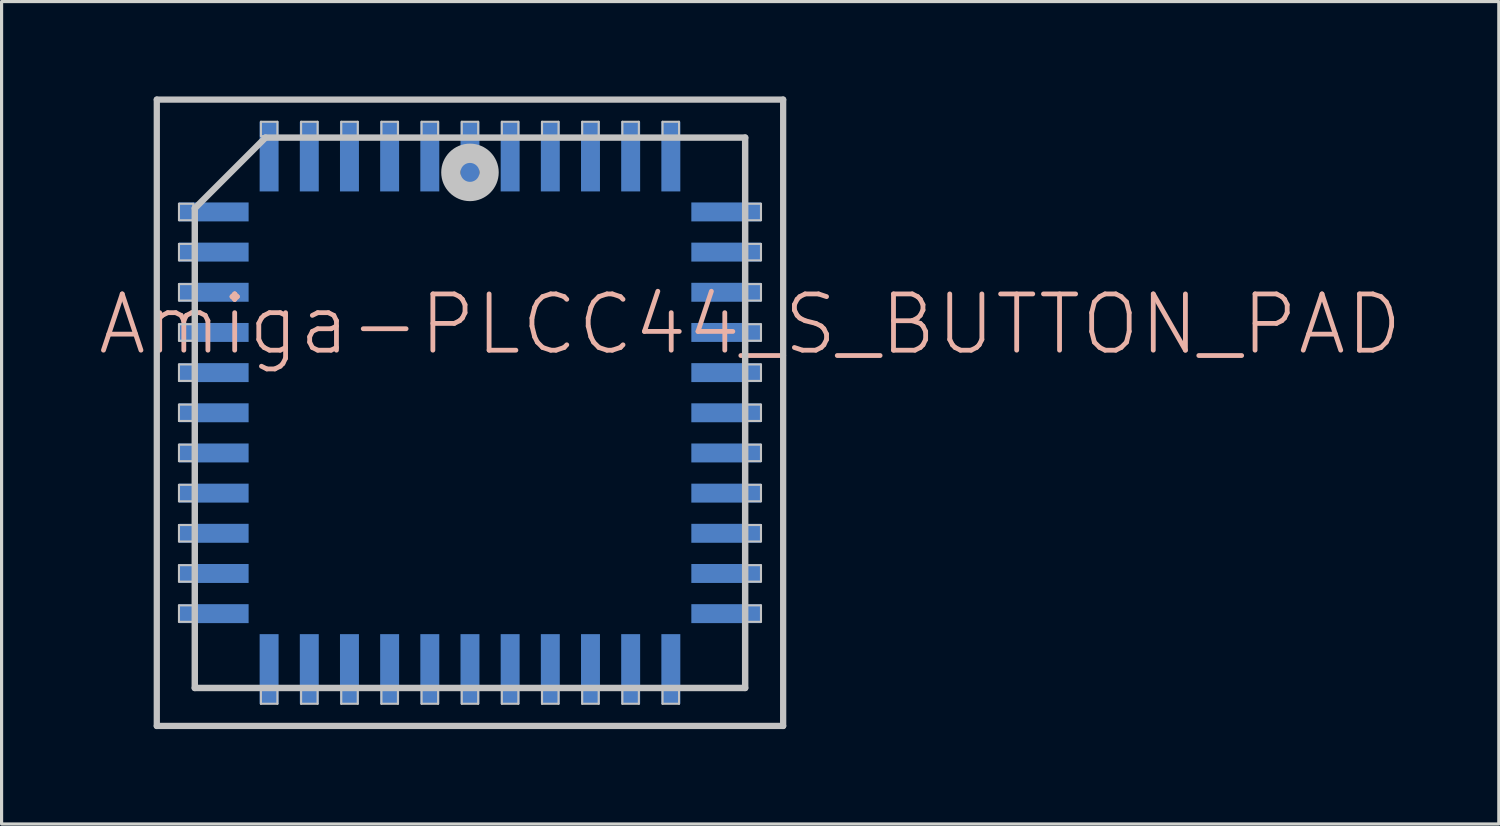
<source format=kicad_pcb>
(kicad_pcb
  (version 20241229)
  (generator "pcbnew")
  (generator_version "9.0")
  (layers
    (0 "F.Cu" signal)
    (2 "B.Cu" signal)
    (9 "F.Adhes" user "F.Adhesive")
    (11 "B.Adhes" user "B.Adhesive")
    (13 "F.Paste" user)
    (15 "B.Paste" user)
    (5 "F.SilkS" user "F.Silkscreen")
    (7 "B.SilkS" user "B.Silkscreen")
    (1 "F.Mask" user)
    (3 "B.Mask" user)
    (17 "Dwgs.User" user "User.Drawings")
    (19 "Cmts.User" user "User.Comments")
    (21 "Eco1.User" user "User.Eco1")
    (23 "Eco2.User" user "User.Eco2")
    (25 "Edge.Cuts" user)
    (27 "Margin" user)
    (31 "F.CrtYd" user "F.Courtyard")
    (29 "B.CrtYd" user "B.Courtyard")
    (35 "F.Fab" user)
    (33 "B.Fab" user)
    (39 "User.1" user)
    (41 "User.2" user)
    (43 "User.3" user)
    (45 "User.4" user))
  (footprint "Amiga-PLCC44_S_BUTTON_PAD"
    (layer "F.Cu")
    (at 11.808 10)
    (property "Reference" "Amiga-PLCC44_S_BUTTON_PAD" (at 8.86 -2.794 0) (layer "B.SilkS") (effects (font (size 1.778 1.778) (thickness 0.152))))
    (attr smd)
    (fp_line (start -9.901 -9.901) (end 9.901 -9.901) (stroke (width 0.198) (type solid)) (layer "Dwgs.User"))
    (fp_line (start -9.901 9.901) (end -9.901 -9.901) (stroke (width 0.198) (type solid)) (layer "Dwgs.User"))
    (fp_line (start -9.2 -6.609) (end -8.748 -6.609) (stroke (width 0.066) (type solid)) (layer "Dwgs.User"))
    (fp_line (start -9.2 -6.088) (end -9.2 -6.609) (stroke (width 0.066) (type solid)) (layer "Dwgs.User"))
    (fp_line (start -9.2 -6.088) (end -8.748 -6.088) (stroke (width 0.066) (type solid)) (layer "Dwgs.User"))
    (fp_line (start -9.2 -5.339) (end -8.748 -5.339) (stroke (width 0.066) (type solid)) (layer "Dwgs.User"))
    (fp_line (start -9.2 -4.818) (end -9.2 -5.339) (stroke (width 0.066) (type solid)) (layer "Dwgs.User"))
    (fp_line (start -9.2 -4.818) (end -8.748 -4.818) (stroke (width 0.066) (type solid)) (layer "Dwgs.User"))
    (fp_line (start -9.2 -4.069) (end -8.748 -4.069) (stroke (width 0.066) (type solid)) (layer "Dwgs.User"))
    (fp_line (start -9.2 -3.548) (end -9.2 -4.069) (stroke (width 0.066) (type solid)) (layer "Dwgs.User"))
    (fp_line (start -9.2 -3.548) (end -8.748 -3.548) (stroke (width 0.066) (type solid)) (layer "Dwgs.User"))
    (fp_line (start -9.2 -2.799) (end -8.748 -2.799) (stroke (width 0.066) (type solid)) (layer "Dwgs.User"))
    (fp_line (start -9.2 -2.278) (end -9.2 -2.799) (stroke (width 0.066) (type solid)) (layer "Dwgs.User"))
    (fp_line (start -9.2 -2.278) (end -8.748 -2.278) (stroke (width 0.066) (type solid)) (layer "Dwgs.User"))
    (fp_line (start -9.2 -1.529) (end -8.748 -1.529) (stroke (width 0.066) (type solid)) (layer "Dwgs.User"))
    (fp_line (start -9.2 -1.008) (end -9.2 -1.529) (stroke (width 0.066) (type solid)) (layer "Dwgs.User"))
    (fp_line (start -9.2 -1.008) (end -8.748 -1.008) (stroke (width 0.066) (type solid)) (layer "Dwgs.User"))
    (fp_line (start -9.2 -0.259) (end -8.748 -0.259) (stroke (width 0.066) (type solid)) (layer "Dwgs.User"))
    (fp_line (start -9.2 0.259) (end -9.2 -0.259) (stroke (width 0.066) (type solid)) (layer "Dwgs.User"))
    (fp_line (start -9.2 0.259) (end -8.748 0.259) (stroke (width 0.066) (type solid)) (layer "Dwgs.User"))
    (fp_line (start -9.2 1.008) (end -8.748 1.008) (stroke (width 0.066) (type solid)) (layer "Dwgs.User"))
    (fp_line (start -9.2 1.529) (end -9.2 1.008) (stroke (width 0.066) (type solid)) (layer "Dwgs.User"))
    (fp_line (start -9.2 1.529) (end -8.748 1.529) (stroke (width 0.066) (type solid)) (layer "Dwgs.User"))
    (fp_line (start -9.2 2.278) (end -8.748 2.278) (stroke (width 0.066) (type solid)) (layer "Dwgs.User"))
    (fp_line (start -9.2 2.799) (end -9.2 2.278) (stroke (width 0.066) (type solid)) (layer "Dwgs.User"))
    (fp_line (start -9.2 2.799) (end -8.748 2.799) (stroke (width 0.066) (type solid)) (layer "Dwgs.User"))
    (fp_line (start -9.2 3.548) (end -8.748 3.548) (stroke (width 0.066) (type solid)) (layer "Dwgs.User"))
    (fp_line (start -9.2 4.069) (end -9.2 3.548) (stroke (width 0.066) (type solid)) (layer "Dwgs.User"))
    (fp_line (start -9.2 4.069) (end -8.748 4.069) (stroke (width 0.066) (type solid)) (layer "Dwgs.User"))
    (fp_line (start -9.2 4.818) (end -8.748 4.818) (stroke (width 0.066) (type solid)) (layer "Dwgs.User"))
    (fp_line (start -9.2 5.339) (end -9.2 4.818) (stroke (width 0.066) (type solid)) (layer "Dwgs.User"))
    (fp_line (start -9.2 5.339) (end -8.748 5.339) (stroke (width 0.066) (type solid)) (layer "Dwgs.User"))
    (fp_line (start -9.2 6.088) (end -8.748 6.088) (stroke (width 0.066) (type solid)) (layer "Dwgs.User"))
    (fp_line (start -9.2 6.609) (end -9.2 6.088) (stroke (width 0.066) (type solid)) (layer "Dwgs.User"))
    (fp_line (start -9.2 6.609) (end -8.748 6.609) (stroke (width 0.066) (type solid)) (layer "Dwgs.User"))
    (fp_line (start -8.748 -6.088) (end -8.748 -6.609) (stroke (width 0.066) (type solid)) (layer "Dwgs.User"))
    (fp_line (start -8.748 -4.818) (end -8.748 -5.339) (stroke (width 0.066) (type solid)) (layer "Dwgs.User"))
    (fp_line (start -8.748 -3.548) (end -8.748 -4.069) (stroke (width 0.066) (type solid)) (layer "Dwgs.User"))
    (fp_line (start -8.748 -2.278) (end -8.748 -2.799) (stroke (width 0.066) (type solid)) (layer "Dwgs.User"))
    (fp_line (start -8.748 -1.008) (end -8.748 -1.529) (stroke (width 0.066) (type solid)) (layer "Dwgs.User"))
    (fp_line (start -8.748 0.259) (end -8.748 -0.259) (stroke (width 0.066) (type solid)) (layer "Dwgs.User"))
    (fp_line (start -8.748 1.529) (end -8.748 1.008) (stroke (width 0.066) (type solid)) (layer "Dwgs.User"))
    (fp_line (start -8.748 2.799) (end -8.748 2.278) (stroke (width 0.066) (type solid)) (layer "Dwgs.User"))
    (fp_line (start -8.748 4.069) (end -8.748 3.548) (stroke (width 0.066) (type solid)) (layer "Dwgs.User"))
    (fp_line (start -8.748 5.339) (end -8.748 4.818) (stroke (width 0.066) (type solid)) (layer "Dwgs.User"))
    (fp_line (start -8.748 6.609) (end -8.748 6.088) (stroke (width 0.066) (type solid)) (layer "Dwgs.User"))
    (fp_line (start -8.7 -6.464) (end -8.7 8.7) (stroke (width 0.203) (type solid)) (layer "Dwgs.User"))
    (fp_line (start -8.7 8.7) (end 8.7 8.7) (stroke (width 0.203) (type solid)) (layer "Dwgs.User"))
    (fp_line (start -6.609 -9.2) (end -6.088 -9.2) (stroke (width 0.066) (type solid)) (layer "Dwgs.User"))
    (fp_line (start -6.609 -8.748) (end -6.609 -9.2) (stroke (width 0.066) (type solid)) (layer "Dwgs.User"))
    (fp_line (start -6.609 -8.748) (end -6.088 -8.748) (stroke (width 0.066) (type solid)) (layer "Dwgs.User"))
    (fp_line (start -6.609 8.748) (end -6.088 8.748) (stroke (width 0.066) (type solid)) (layer "Dwgs.User"))
    (fp_line (start -6.609 9.2) (end -6.609 8.748) (stroke (width 0.066) (type solid)) (layer "Dwgs.User"))
    (fp_line (start -6.609 9.2) (end -6.088 9.2) (stroke (width 0.066) (type solid)) (layer "Dwgs.User"))
    (fp_line (start -6.464 -8.7) (end -8.7 -6.464) (stroke (width 0.203) (type solid)) (layer "Dwgs.User"))
    (fp_line (start -6.088 -8.748) (end -6.088 -9.2) (stroke (width 0.066) (type solid)) (layer "Dwgs.User"))
    (fp_line (start -6.088 9.2) (end -6.088 8.748) (stroke (width 0.066) (type solid)) (layer "Dwgs.User"))
    (fp_line (start -5.339 -9.2) (end -4.818 -9.2) (stroke (width 0.066) (type solid)) (layer "Dwgs.User"))
    (fp_line (start -5.339 -8.748) (end -5.339 -9.2) (stroke (width 0.066) (type solid)) (layer "Dwgs.User"))
    (fp_line (start -5.339 -8.748) (end -4.818 -8.748) (stroke (width 0.066) (type solid)) (layer "Dwgs.User"))
    (fp_line (start -5.339 8.748) (end -4.818 8.748) (stroke (width 0.066) (type solid)) (layer "Dwgs.User"))
    (fp_line (start -5.339 9.2) (end -5.339 8.748) (stroke (width 0.066) (type solid)) (layer "Dwgs.User"))
    (fp_line (start -5.339 9.2) (end -4.818 9.2) (stroke (width 0.066) (type solid)) (layer "Dwgs.User"))
    (fp_line (start -4.818 -8.748) (end -4.818 -9.2) (stroke (width 0.066) (type solid)) (layer "Dwgs.User"))
    (fp_line (start -4.818 9.2) (end -4.818 8.748) (stroke (width 0.066) (type solid)) (layer "Dwgs.User"))
    (fp_line (start -4.069 -9.2) (end -3.548 -9.2) (stroke (width 0.066) (type solid)) (layer "Dwgs.User"))
    (fp_line (start -4.069 -8.748) (end -4.069 -9.2) (stroke (width 0.066) (type solid)) (layer "Dwgs.User"))
    (fp_line (start -4.069 -8.748) (end -3.548 -8.748) (stroke (width 0.066) (type solid)) (layer "Dwgs.User"))
    (fp_line (start -4.069 8.748) (end -3.548 8.748) (stroke (width 0.066) (type solid)) (layer "Dwgs.User"))
    (fp_line (start -4.069 9.2) (end -4.069 8.748) (stroke (width 0.066) (type solid)) (layer "Dwgs.User"))
    (fp_line (start -4.069 9.2) (end -3.548 9.2) (stroke (width 0.066) (type solid)) (layer "Dwgs.User"))
    (fp_line (start -3.548 -8.748) (end -3.548 -9.2) (stroke (width 0.066) (type solid)) (layer "Dwgs.User"))
    (fp_line (start -3.548 9.2) (end -3.548 8.748) (stroke (width 0.066) (type solid)) (layer "Dwgs.User"))
    (fp_line (start -2.799 -9.2) (end -2.278 -9.2) (stroke (width 0.066) (type solid)) (layer "Dwgs.User"))
    (fp_line (start -2.799 -8.748) (end -2.799 -9.2) (stroke (width 0.066) (type solid)) (layer "Dwgs.User"))
    (fp_line (start -2.799 -8.748) (end -2.278 -8.748) (stroke (width 0.066) (type solid)) (layer "Dwgs.User"))
    (fp_line (start -2.799 8.748) (end -2.278 8.748) (stroke (width 0.066) (type solid)) (layer "Dwgs.User"))
    (fp_line (start -2.799 9.2) (end -2.799 8.748) (stroke (width 0.066) (type solid)) (layer "Dwgs.User"))
    (fp_line (start -2.799 9.2) (end -2.278 9.2) (stroke (width 0.066) (type solid)) (layer "Dwgs.User"))
    (fp_line (start -2.278 -8.748) (end -2.278 -9.2) (stroke (width 0.066) (type solid)) (layer "Dwgs.User"))
    (fp_line (start -2.278 9.2) (end -2.278 8.748) (stroke (width 0.066) (type solid)) (layer "Dwgs.User"))
    (fp_line (start -1.529 -9.2) (end -1.008 -9.2) (stroke (width 0.066) (type solid)) (layer "Dwgs.User"))
    (fp_line (start -1.529 -8.748) (end -1.529 -9.2) (stroke (width 0.066) (type solid)) (layer "Dwgs.User"))
    (fp_line (start -1.529 -8.748) (end -1.008 -8.748) (stroke (width 0.066) (type solid)) (layer "Dwgs.User"))
    (fp_line (start -1.529 8.748) (end -1.008 8.748) (stroke (width 0.066) (type solid)) (layer "Dwgs.User"))
    (fp_line (start -1.529 9.2) (end -1.529 8.748) (stroke (width 0.066) (type solid)) (layer "Dwgs.User"))
    (fp_line (start -1.529 9.2) (end -1.008 9.2) (stroke (width 0.066) (type solid)) (layer "Dwgs.User"))
    (fp_line (start -1.008 -8.748) (end -1.008 -9.2) (stroke (width 0.066) (type solid)) (layer "Dwgs.User"))
    (fp_line (start -1.008 9.2) (end -1.008 8.748) (stroke (width 0.066) (type solid)) (layer "Dwgs.User"))
    (fp_line (start -0.259 -9.2) (end 0.259 -9.2) (stroke (width 0.066) (type solid)) (layer "Dwgs.User"))
    (fp_line (start -0.259 -8.748) (end -0.259 -9.2) (stroke (width 0.066) (type solid)) (layer "Dwgs.User"))
    (fp_line (start -0.259 -8.748) (end 0.259 -8.748) (stroke (width 0.066) (type solid)) (layer "Dwgs.User"))
    (fp_line (start -0.259 8.748) (end 0.259 8.748) (stroke (width 0.066) (type solid)) (layer "Dwgs.User"))
    (fp_line (start -0.259 9.2) (end -0.259 8.748) (stroke (width 0.066) (type solid)) (layer "Dwgs.User"))
    (fp_line (start -0.259 9.2) (end 0.259 9.2) (stroke (width 0.066) (type solid)) (layer "Dwgs.User"))
    (fp_line (start 0.259 -8.748) (end 0.259 -9.2) (stroke (width 0.066) (type solid)) (layer "Dwgs.User"))
    (fp_line (start 0.259 9.2) (end 0.259 8.748) (stroke (width 0.066) (type solid)) (layer "Dwgs.User"))
    (fp_line (start 1.008 -9.2) (end 1.529 -9.2) (stroke (width 0.066) (type solid)) (layer "Dwgs.User"))
    (fp_line (start 1.008 -8.748) (end 1.008 -9.2) (stroke (width 0.066) (type solid)) (layer "Dwgs.User"))
    (fp_line (start 1.008 -8.748) (end 1.529 -8.748) (stroke (width 0.066) (type solid)) (layer "Dwgs.User"))
    (fp_line (start 1.008 8.748) (end 1.529 8.748) (stroke (width 0.066) (type solid)) (layer "Dwgs.User"))
    (fp_line (start 1.008 9.2) (end 1.008 8.748) (stroke (width 0.066) (type solid)) (layer "Dwgs.User"))
    (fp_line (start 1.008 9.2) (end 1.529 9.2) (stroke (width 0.066) (type solid)) (layer "Dwgs.User"))
    (fp_line (start 1.529 -8.748) (end 1.529 -9.2) (stroke (width 0.066) (type solid)) (layer "Dwgs.User"))
    (fp_line (start 1.529 9.2) (end 1.529 8.748) (stroke (width 0.066) (type solid)) (layer "Dwgs.User"))
    (fp_line (start 2.278 -9.2) (end 2.799 -9.2) (stroke (width 0.066) (type solid)) (layer "Dwgs.User"))
    (fp_line (start 2.278 -8.748) (end 2.278 -9.2) (stroke (width 0.066) (type solid)) (layer "Dwgs.User"))
    (fp_line (start 2.278 -8.748) (end 2.799 -8.748) (stroke (width 0.066) (type solid)) (layer "Dwgs.User"))
    (fp_line (start 2.278 8.748) (end 2.799 8.748) (stroke (width 0.066) (type solid)) (layer "Dwgs.User"))
    (fp_line (start 2.278 9.2) (end 2.278 8.748) (stroke (width 0.066) (type solid)) (layer "Dwgs.User"))
    (fp_line (start 2.278 9.2) (end 2.799 9.2) (stroke (width 0.066) (type solid)) (layer "Dwgs.User"))
    (fp_line (start 2.799 -8.748) (end 2.799 -9.2) (stroke (width 0.066) (type solid)) (layer "Dwgs.User"))
    (fp_line (start 2.799 9.2) (end 2.799 8.748) (stroke (width 0.066) (type solid)) (layer "Dwgs.User"))
    (fp_line (start 3.548 -9.2) (end 4.069 -9.2) (stroke (width 0.066) (type solid)) (layer "Dwgs.User"))
    (fp_line (start 3.548 -8.748) (end 3.548 -9.2) (stroke (width 0.066) (type solid)) (layer "Dwgs.User"))
    (fp_line (start 3.548 -8.748) (end 4.069 -8.748) (stroke (width 0.066) (type solid)) (layer "Dwgs.User"))
    (fp_line (start 3.548 8.748) (end 4.069 8.748) (stroke (width 0.066) (type solid)) (layer "Dwgs.User"))
    (fp_line (start 3.548 9.2) (end 3.548 8.748) (stroke (width 0.066) (type solid)) (layer "Dwgs.User"))
    (fp_line (start 3.548 9.2) (end 4.069 9.2) (stroke (width 0.066) (type solid)) (layer "Dwgs.User"))
    (fp_line (start 4.069 -8.748) (end 4.069 -9.2) (stroke (width 0.066) (type solid)) (layer "Dwgs.User"))
    (fp_line (start 4.069 9.2) (end 4.069 8.748) (stroke (width 0.066) (type solid)) (layer "Dwgs.User"))
    (fp_line (start 4.818 -9.2) (end 5.339 -9.2) (stroke (width 0.066) (type solid)) (layer "Dwgs.User"))
    (fp_line (start 4.818 -8.748) (end 4.818 -9.2) (stroke (width 0.066) (type solid)) (layer "Dwgs.User"))
    (fp_line (start 4.818 -8.748) (end 5.339 -8.748) (stroke (width 0.066) (type solid)) (layer "Dwgs.User"))
    (fp_line (start 4.818 8.748) (end 5.339 8.748) (stroke (width 0.066) (type solid)) (layer "Dwgs.User"))
    (fp_line (start 4.818 9.2) (end 4.818 8.748) (stroke (width 0.066) (type solid)) (layer "Dwgs.User"))
    (fp_line (start 4.818 9.2) (end 5.339 9.2) (stroke (width 0.066) (type solid)) (layer "Dwgs.User"))
    (fp_line (start 5.339 -8.748) (end 5.339 -9.2) (stroke (width 0.066) (type solid)) (layer "Dwgs.User"))
    (fp_line (start 5.339 9.2) (end 5.339 8.748) (stroke (width 0.066) (type solid)) (layer "Dwgs.User"))
    (fp_line (start 6.088 -9.2) (end 6.609 -9.2) (stroke (width 0.066) (type solid)) (layer "Dwgs.User"))
    (fp_line (start 6.088 -8.748) (end 6.088 -9.2) (stroke (width 0.066) (type solid)) (layer "Dwgs.User"))
    (fp_line (start 6.088 -8.748) (end 6.609 -8.748) (stroke (width 0.066) (type solid)) (layer "Dwgs.User"))
    (fp_line (start 6.088 8.748) (end 6.609 8.748) (stroke (width 0.066) (type solid)) (layer "Dwgs.User"))
    (fp_line (start 6.088 9.2) (end 6.088 8.748) (stroke (width 0.066) (type solid)) (layer "Dwgs.User"))
    (fp_line (start 6.088 9.2) (end 6.609 9.2) (stroke (width 0.066) (type solid)) (layer "Dwgs.User"))
    (fp_line (start 6.609 -8.748) (end 6.609 -9.2) (stroke (width 0.066) (type solid)) (layer "Dwgs.User"))
    (fp_line (start 6.609 9.2) (end 6.609 8.748) (stroke (width 0.066) (type solid)) (layer "Dwgs.User"))
    (fp_line (start 8.7 -8.7) (end -6.464 -8.7) (stroke (width 0.203) (type solid)) (layer "Dwgs.User"))
    (fp_line (start 8.7 8.7) (end 8.7 -8.7) (stroke (width 0.203) (type solid)) (layer "Dwgs.User"))
    (fp_line (start 8.748 -6.609) (end 9.2 -6.609) (stroke (width 0.066) (type solid)) (layer "Dwgs.User"))
    (fp_line (start 8.748 -6.088) (end 8.748 -6.609) (stroke (width 0.066) (type solid)) (layer "Dwgs.User"))
    (fp_line (start 8.748 -6.088) (end 9.2 -6.088) (stroke (width 0.066) (type solid)) (layer "Dwgs.User"))
    (fp_line (start 8.748 -5.339) (end 9.2 -5.339) (stroke (width 0.066) (type solid)) (layer "Dwgs.User"))
    (fp_line (start 8.748 -4.818) (end 8.748 -5.339) (stroke (width 0.066) (type solid)) (layer "Dwgs.User"))
    (fp_line (start 8.748 -4.818) (end 9.2 -4.818) (stroke (width 0.066) (type solid)) (layer "Dwgs.User"))
    (fp_line (start 8.748 -4.069) (end 9.2 -4.069) (stroke (width 0.066) (type solid)) (layer "Dwgs.User"))
    (fp_line (start 8.748 -3.548) (end 8.748 -4.069) (stroke (width 0.066) (type solid)) (layer "Dwgs.User"))
    (fp_line (start 8.748 -3.548) (end 9.2 -3.548) (stroke (width 0.066) (type solid)) (layer "Dwgs.User"))
    (fp_line (start 8.748 -2.799) (end 9.2 -2.799) (stroke (width 0.066) (type solid)) (layer "Dwgs.User"))
    (fp_line (start 8.748 -2.278) (end 8.748 -2.799) (stroke (width 0.066) (type solid)) (layer "Dwgs.User"))
    (fp_line (start 8.748 -2.278) (end 9.2 -2.278) (stroke (width 0.066) (type solid)) (layer "Dwgs.User"))
    (fp_line (start 8.748 -1.529) (end 9.2 -1.529) (stroke (width 0.066) (type solid)) (layer "Dwgs.User"))
    (fp_line (start 8.748 -1.008) (end 8.748 -1.529) (stroke (width 0.066) (type solid)) (layer "Dwgs.User"))
    (fp_line (start 8.748 -1.008) (end 9.2 -1.008) (stroke (width 0.066) (type solid)) (layer "Dwgs.User"))
    (fp_line (start 8.748 -0.259) (end 9.2 -0.259) (stroke (width 0.066) (type solid)) (layer "Dwgs.User"))
    (fp_line (start 8.748 0.259) (end 8.748 -0.259) (stroke (width 0.066) (type solid)) (layer "Dwgs.User"))
    (fp_line (start 8.748 0.259) (end 9.2 0.259) (stroke (width 0.066) (type solid)) (layer "Dwgs.User"))
    (fp_line (start 8.748 1.008) (end 9.2 1.008) (stroke (width 0.066) (type solid)) (layer "Dwgs.User"))
    (fp_line (start 8.748 1.529) (end 8.748 1.008) (stroke (width 0.066) (type solid)) (layer "Dwgs.User"))
    (fp_line (start 8.748 1.529) (end 9.2 1.529) (stroke (width 0.066) (type solid)) (layer "Dwgs.User"))
    (fp_line (start 8.748 2.278) (end 9.2 2.278) (stroke (width 0.066) (type solid)) (layer "Dwgs.User"))
    (fp_line (start 8.748 2.799) (end 8.748 2.278) (stroke (width 0.066) (type solid)) (layer "Dwgs.User"))
    (fp_line (start 8.748 2.799) (end 9.2 2.799) (stroke (width 0.066) (type solid)) (layer "Dwgs.User"))
    (fp_line (start 8.748 3.548) (end 9.2 3.548) (stroke (width 0.066) (type solid)) (layer "Dwgs.User"))
    (fp_line (start 8.748 4.069) (end 8.748 3.548) (stroke (width 0.066) (type solid)) (layer "Dwgs.User"))
    (fp_line (start 8.748 4.069) (end 9.2 4.069) (stroke (width 0.066) (type solid)) (layer "Dwgs.User"))
    (fp_line (start 8.748 4.818) (end 9.2 4.818) (stroke (width 0.066) (type solid)) (layer "Dwgs.User"))
    (fp_line (start 8.748 5.339) (end 8.748 4.818) (stroke (width 0.066) (type solid)) (layer "Dwgs.User"))
    (fp_line (start 8.748 5.339) (end 9.2 5.339) (stroke (width 0.066) (type solid)) (layer "Dwgs.User"))
    (fp_line (start 8.748 6.088) (end 9.2 6.088) (stroke (width 0.066) (type solid)) (layer "Dwgs.User"))
    (fp_line (start 8.748 6.609) (end 8.748 6.088) (stroke (width 0.066) (type solid)) (layer "Dwgs.User"))
    (fp_line (start 8.748 6.609) (end 9.2 6.609) (stroke (width 0.066) (type solid)) (layer "Dwgs.User"))
    (fp_line (start 9.2 -6.088) (end 9.2 -6.609) (stroke (width 0.066) (type solid)) (layer "Dwgs.User"))
    (fp_line (start 9.2 -4.818) (end 9.2 -5.339) (stroke (width 0.066) (type solid)) (layer "Dwgs.User"))
    (fp_line (start 9.2 -3.548) (end 9.2 -4.069) (stroke (width 0.066) (type solid)) (layer "Dwgs.User"))
    (fp_line (start 9.2 -2.278) (end 9.2 -2.799) (stroke (width 0.066) (type solid)) (layer "Dwgs.User"))
    (fp_line (start 9.2 -1.008) (end 9.2 -1.529) (stroke (width 0.066) (type solid)) (layer "Dwgs.User"))
    (fp_line (start 9.2 0.259) (end 9.2 -0.259) (stroke (width 0.066) (type solid)) (layer "Dwgs.User"))
    (fp_line (start 9.2 1.529) (end 9.2 1.008) (stroke (width 0.066) (type solid)) (layer "Dwgs.User"))
    (fp_line (start 9.2 2.799) (end 9.2 2.278) (stroke (width 0.066) (type solid)) (layer "Dwgs.User"))
    (fp_line (start 9.2 4.069) (end 9.2 3.548) (stroke (width 0.066) (type solid)) (layer "Dwgs.User"))
    (fp_line (start 9.2 5.339) (end 9.2 4.818) (stroke (width 0.066) (type solid)) (layer "Dwgs.User"))
    (fp_line (start 9.2 6.609) (end 9.2 6.088) (stroke (width 0.066) (type solid)) (layer "Dwgs.User"))
    (fp_line (start 9.901 -9.901) (end 9.901 9.901) (stroke (width 0.198) (type solid)) (layer "Dwgs.User"))
    (fp_line (start 9.901 9.901) (end -9.901 9.901) (stroke (width 0.198) (type solid)) (layer "Dwgs.User"))
    (fp_circle (center 0 -7.6) (end 0 -7.899) (stroke (width 0.61) (type solid)) (fill no) (layer "Dwgs.User"))
    (pad "1" smd rect (at 0 -8.098) (size 0.599 2.2) (layers "B.Cu" "B.Mask"))
    (pad "2" smd rect (at -1.27 -8.098) (size 0.599 2.2) (layers "B.Cu" "B.Mask"))
    (pad "3" smd rect (at -2.54 -8.098) (size 0.599 2.2) (layers "B.Cu" "B.Mask"))
    (pad "4" smd rect (at -3.81 -8.098) (size 0.599 2.2) (layers "B.Cu" "B.Mask"))
    (pad "5" smd rect (at -5.08 -8.098) (size 0.599 2.2) (layers "B.Cu" "B.Mask"))
    (pad "6" smd rect (at -6.35 -8.098) (size 0.599 2.2) (layers "B.Cu" "B.Mask"))
    (pad "7" smd rect (at -8.098 -6.35) (size 2.2 0.599) (layers "B.Cu" "B.Mask"))
    (pad "8" smd rect (at -8.098 -5.08) (size 2.2 0.599) (layers "B.Cu" "B.Mask"))
    (pad "9" smd rect (at -8.098 -3.81) (size 2.2 0.599) (layers "B.Cu" "B.Mask"))
    (pad "10" smd rect (at -8.098 -2.54) (size 2.2 0.599) (layers "B.Cu" "B.Mask"))
    (pad "11" smd rect (at -8.098 -1.27) (size 2.2 0.599) (layers "B.Cu" "B.Mask"))
    (pad "12" smd rect (at -8.098 0) (size 2.2 0.599) (layers "B.Cu" "B.Mask"))
    (pad "13" smd rect (at -8.098 1.27) (size 2.2 0.599) (layers "B.Cu" "B.Mask"))
    (pad "14" smd rect (at -8.098 2.54) (size 2.2 0.599) (layers "B.Cu" "B.Mask"))
    (pad "15" smd rect (at -8.098 3.81) (size 2.2 0.599) (layers "B.Cu" "B.Mask"))
    (pad "16" smd rect (at -8.098 5.08) (size 2.2 0.599) (layers "B.Cu" "B.Mask"))
    (pad "17" smd rect (at -8.098 6.35) (size 2.2 0.599) (layers "B.Cu" "B.Mask"))
    (pad "18" smd rect (at -6.35 8.098) (size 0.599 2.2) (layers "B.Cu" "B.Mask"))
    (pad "19" smd rect (at -5.08 8.098) (size 0.599 2.2) (layers "B.Cu" "B.Mask"))
    (pad "20" smd rect (at -3.81 8.098) (size 0.599 2.2) (layers "B.Cu" "B.Mask"))
    (pad "21" smd rect (at -2.54 8.098) (size 0.599 2.2) (layers "B.Cu" "B.Mask"))
    (pad "22" smd rect (at -1.27 8.098) (size 0.599 2.2) (layers "B.Cu" "B.Mask"))
    (pad "23" smd rect (at 0 8.098) (size 0.599 2.2) (layers "B.Cu" "B.Mask"))
    (pad "24" smd rect (at 1.27 8.098) (size 0.599 2.2) (layers "B.Cu" "B.Mask"))
    (pad "25" smd rect (at 2.54 8.098) (size 0.599 2.2) (layers "B.Cu" "B.Mask"))
    (pad "26" smd rect (at 3.81 8.098) (size 0.599 2.2) (layers "B.Cu" "B.Mask"))
    (pad "27" smd rect (at 5.08 8.098) (size 0.599 2.2) (layers "B.Cu" "B.Mask"))
    (pad "28" smd rect (at 6.35 8.098) (size 0.599 2.2) (layers "B.Cu" "B.Mask"))
    (pad "29" smd rect (at 8.098 6.35) (size 2.2 0.599) (layers "B.Cu" "B.Mask"))
    (pad "30" smd rect (at 8.098 5.08) (size 2.2 0.599) (layers "B.Cu" "B.Mask"))
    (pad "31" smd rect (at 8.098 3.81) (size 2.2 0.599) (layers "B.Cu" "B.Mask"))
    (pad "32" smd rect (at 8.098 2.54) (size 2.2 0.599) (layers "B.Cu" "B.Mask"))
    (pad "33" smd rect (at 8.098 1.27) (size 2.2 0.599) (layers "B.Cu" "B.Mask"))
    (pad "34" smd rect (at 8.098 0) (size 2.2 0.599) (layers "B.Cu" "B.Mask"))
    (pad "35" smd rect (at 8.098 -1.27) (size 2.2 0.599) (layers "B.Cu" "B.Mask"))
    (pad "36" smd rect (at 8.098 -2.54) (size 2.2 0.599) (layers "B.Cu" "B.Mask"))
    (pad "37" smd rect (at 8.098 -3.81) (size 2.2 0.599) (layers "B.Cu" "B.Mask"))
    (pad "38" smd rect (at 8.098 -5.08) (size 2.2 0.599) (layers "B.Cu" "B.Mask"))
    (pad "39" smd rect (at 8.098 -6.35) (size 2.2 0.599) (layers "B.Cu" "B.Mask"))
    (pad "40" smd rect (at 6.35 -8.098) (size 0.599 2.2) (layers "B.Cu" "B.Mask"))
    (pad "41" smd rect (at 5.08 -8.098) (size 0.599 2.2) (layers "B.Cu" "B.Mask"))
    (pad "42" smd rect (at 3.81 -8.098) (size 0.599 2.2) (layers "B.Cu" "B.Mask"))
    (pad "43" smd rect (at 2.54 -8.098) (size 0.599 2.2) (layers "B.Cu" "B.Mask"))
    (pad "44" smd rect (at 1.27 -8.098) (size 0.599 2.2) (layers "B.Cu" "B.Mask")))
  (gr_rect
    (start -3 -3)
    (end 44.334 23)
    (stroke (width 0.1) (type default))
    (fill no)
    (layer "Edge.Cuts")))
</source>
